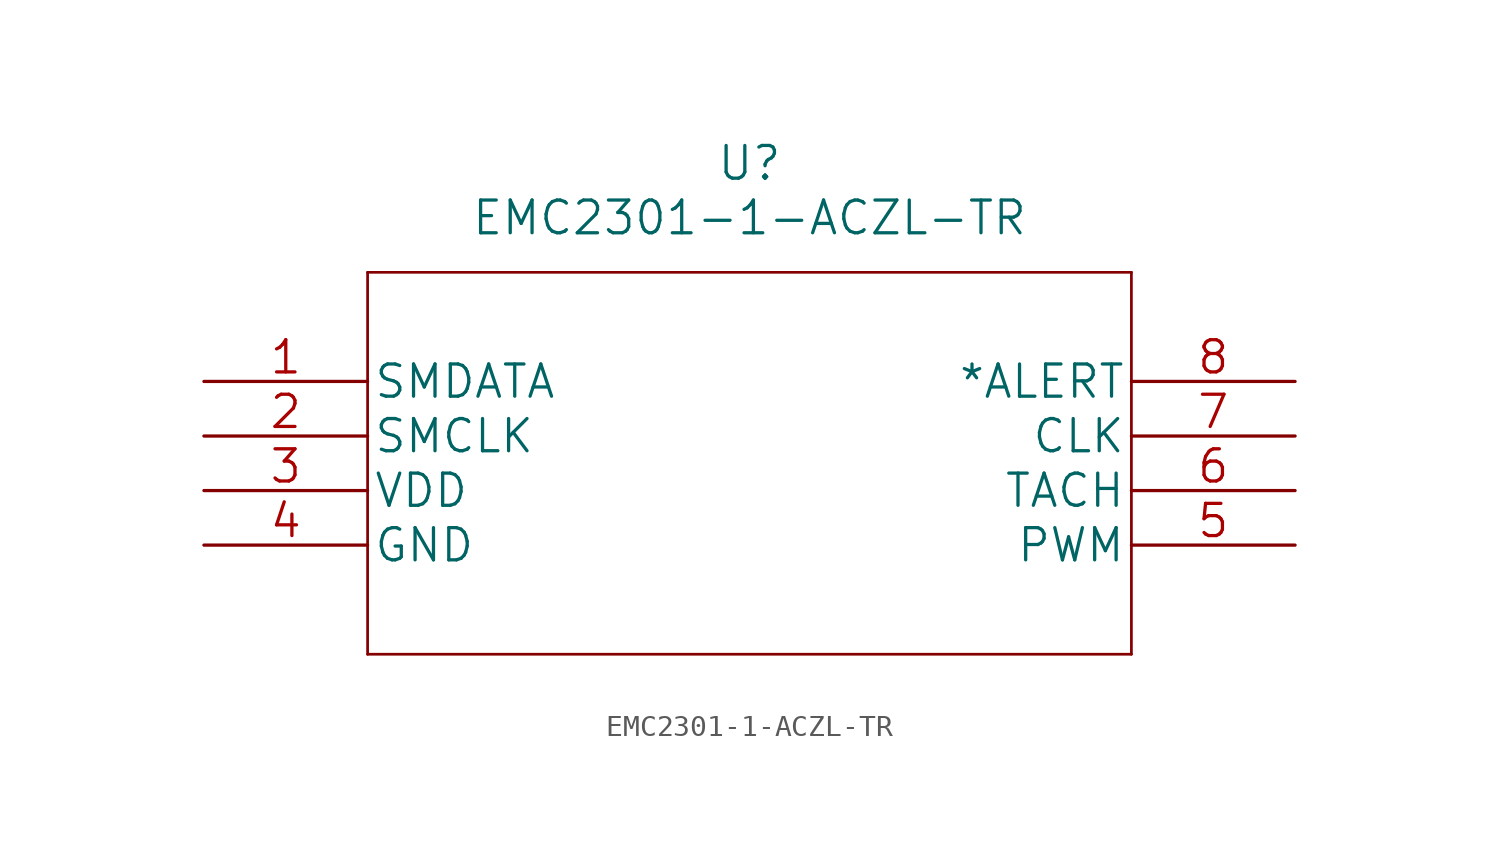
<source format=kicad_sym>
(kicad_symbol_lib
  (version 20220914)
  (generator kicad_symbol_editor)
  (symbol "EMC2301-1-ACZL-TR"
    (pin_names
      (offset 0.254))
    (property "Reference" "U"
      (at 25.4 10.16 0)
      (effects (font (size 1.524 1.524))))
    (property "Value" "EMC2301-1-ACZL-TR"
      (at 25.4 7.62 0)
      (effects (font (size 1.524 1.524))))
    (property "Datasheet" ""
      (at 0 0 0)
      (effects (font (size 1.524 1.524))))
    (property "ki_locked" ""
      (at 0 0 0)
      (effects (font (size 1.27 1.27))))
    (symbol "EMC2301-1-ACZL-TR_1_1"
      (polyline (pts (xy 7.62 -12.7) (xy 43.18 -12.7)) (stroke (width 0.127) (type solid)) (fill (type none)))
      (polyline (pts (xy 7.62 5.08) (xy 7.62 -12.7)) (stroke (width 0.127) (type solid)) (fill (type none)))
      (polyline (pts (xy 43.18 -12.7) (xy 43.18 5.08)) (stroke (width 0.127) (type solid)) (fill (type none)))
      (polyline (pts (xy 43.18 5.08) (xy 7.62 5.08)) (stroke (width 0.127) (type solid)) (fill (type none)))
      (pin bidirectional line (at 0 0 0) (length 7.62) (name "SMDATA" (effects (font (size 1.499 1.499)))) (number "1" (effects (font (size 1.499 1.499)))))
      (pin input line (at 0 -2.54 0) (length 7.62) (name "SMCLK" (effects (font (size 1.499 1.499)))) (number "2" (effects (font (size 1.499 1.499)))))
      (pin power_in line (at 0 -5.08 0) (length 7.62) (name "VDD" (effects (font (size 1.499 1.499)))) (number "3" (effects (font (size 1.499 1.499)))))
      (pin power_in line (at 0 -7.62 0) (length 7.62) (name "GND" (effects (font (size 1.499 1.499)))) (number "4" (effects (font (size 1.499 1.499)))))
      (pin output line (at 50.8 -7.62 180) (length 7.62) (name "PWM" (effects (font (size 1.499 1.499)))) (number "5" (effects (font (size 1.499 1.499)))))
      (pin input line (at 50.8 -5.08 180) (length 7.62) (name "TACH" (effects (font (size 1.499 1.499)))) (number "6" (effects (font (size 1.499 1.499)))))
      (pin bidirectional line (at 50.8 -2.54 180) (length 7.62) (name "CLK" (effects (font (size 1.499 1.499)))) (number "7" (effects (font (size 1.499 1.499)))))
      (pin output line (at 50.8 0 180) (length 7.62) (name "*ALERT" (effects (font (size 1.499 1.499)))) (number "8" (effects (font (size 1.499 1.499))))))))
</source>
